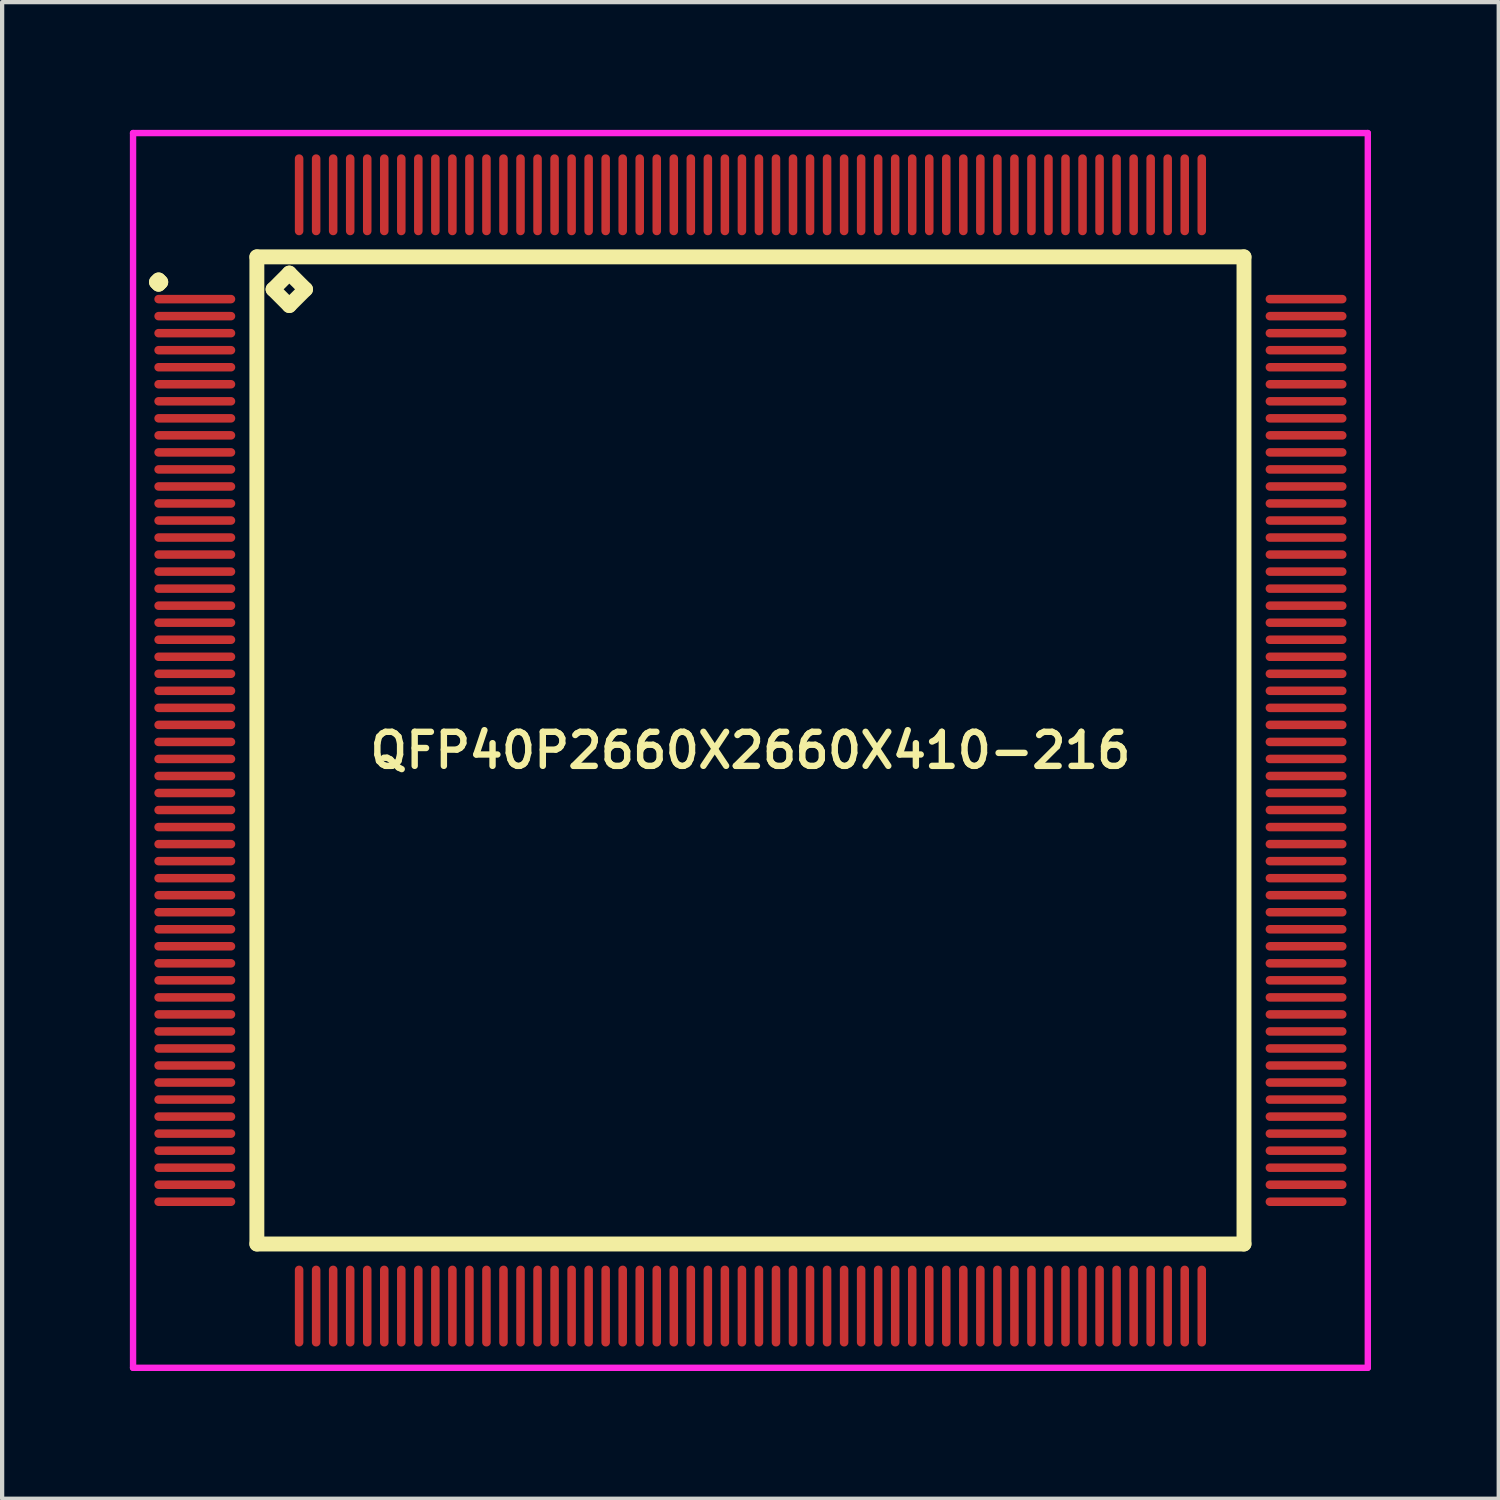
<source format=kicad_pcb>
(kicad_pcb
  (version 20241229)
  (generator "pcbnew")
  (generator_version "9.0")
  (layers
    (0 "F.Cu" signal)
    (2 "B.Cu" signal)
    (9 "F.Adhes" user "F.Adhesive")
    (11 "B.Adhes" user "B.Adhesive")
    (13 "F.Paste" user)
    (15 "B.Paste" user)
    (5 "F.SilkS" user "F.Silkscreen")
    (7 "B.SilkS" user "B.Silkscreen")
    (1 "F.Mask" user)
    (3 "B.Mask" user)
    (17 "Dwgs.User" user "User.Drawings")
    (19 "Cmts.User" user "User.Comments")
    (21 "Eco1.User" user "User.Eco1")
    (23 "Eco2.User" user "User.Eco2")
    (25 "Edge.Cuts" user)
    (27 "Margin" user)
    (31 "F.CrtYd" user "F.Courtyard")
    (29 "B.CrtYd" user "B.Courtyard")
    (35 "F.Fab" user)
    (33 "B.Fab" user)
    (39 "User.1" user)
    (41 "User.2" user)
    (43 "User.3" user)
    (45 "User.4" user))
  (footprint "QFP40P2660X2660X410-216"
    (layer "F.Cu")
    (at 14.575 14.575)
    (property "Reference" "QFP40P2660X2660X410-216" (at 0 0 0) (layer "F.SilkS") (effects (font (size 0.8 0.8) (thickness 0.15))))
    (attr through_hole)
    (fp_line (start -13.95 -11) (end -13.9 -11.05) (stroke (width 0.35) (type solid)) (layer "F.SilkS"))
    (fp_line (start -13.9 -11.05) (end -13.85 -11) (stroke (width 0.35) (type solid)) (layer "F.SilkS"))
    (fp_line (start -13.9 -10.95) (end -13.95 -11) (stroke (width 0.35) (type solid)) (layer "F.SilkS"))
    (fp_line (start -13.85 -11) (end -13.9 -10.95) (stroke (width 0.35) (type solid)) (layer "F.SilkS"))
    (fp_line (start -11.592 -11.592) (end -11.592 11.592) (stroke (width 0.35) (type solid)) (layer "F.SilkS"))
    (fp_line (start -11.592 11.592) (end 11.592 11.592) (stroke (width 0.35) (type solid)) (layer "F.SilkS"))
    (fp_line (start -11.211 -10.83) (end -10.83 -11.211) (stroke (width 0.35) (type solid)) (layer "F.SilkS"))
    (fp_line (start -10.83 -11.211) (end -10.449 -10.83) (stroke (width 0.35) (type solid)) (layer "F.SilkS"))
    (fp_line (start -10.83 -10.449) (end -11.211 -10.83) (stroke (width 0.35) (type solid)) (layer "F.SilkS"))
    (fp_line (start -10.449 -10.83) (end -10.83 -10.449) (stroke (width 0.35) (type solid)) (layer "F.SilkS"))
    (fp_line (start 11.592 -11.592) (end -11.592 -11.592) (stroke (width 0.35) (type solid)) (layer "F.SilkS"))
    (fp_line (start 11.592 11.592) (end 11.592 -11.592) (stroke (width 0.35) (type solid)) (layer "F.SilkS"))
    (fp_line (start -14.5 -14.5) (end 14.5 -14.5) (stroke (width 0.15) (type solid)) (layer "F.CrtYd"))
    (fp_line (start -14.5 14.5) (end -14.5 -14.5) (stroke (width 0.15) (type solid)) (layer "F.CrtYd"))
    (fp_line (start 14.5 -14.5) (end 14.5 14.5) (stroke (width 0.15) (type solid)) (layer "F.CrtYd"))
    (fp_line (start 14.5 14.5) (end -14.5 14.5) (stroke (width 0.15) (type solid)) (layer "F.CrtYd"))
    (pad "1" smd oval (at -13.05 -10.6) (size 1.9 0.2) (layers "F.Cu" "F.Mask" "F.Paste"))
    (pad "2" smd oval (at -13.05 -10.2) (size 1.9 0.2) (layers "F.Cu" "F.Mask" "F.Paste"))
    (pad "3" smd oval (at -13.05 -9.8) (size 1.9 0.2) (layers "F.Cu" "F.Mask" "F.Paste"))
    (pad "4" smd oval (at -13.05 -9.4) (size 1.9 0.2) (layers "F.Cu" "F.Mask" "F.Paste"))
    (pad "5" smd oval (at -13.05 -9) (size 1.9 0.2) (layers "F.Cu" "F.Mask" "F.Paste"))
    (pad "6" smd oval (at -13.05 -8.6) (size 1.9 0.2) (layers "F.Cu" "F.Mask" "F.Paste"))
    (pad "7" smd oval (at -13.05 -8.2) (size 1.9 0.2) (layers "F.Cu" "F.Mask" "F.Paste"))
    (pad "8" smd oval (at -13.05 -7.8) (size 1.9 0.2) (layers "F.Cu" "F.Mask" "F.Paste"))
    (pad "9" smd oval (at -13.05 -7.4) (size 1.9 0.2) (layers "F.Cu" "F.Mask" "F.Paste"))
    (pad "10" smd oval (at -13.05 -7) (size 1.9 0.2) (layers "F.Cu" "F.Mask" "F.Paste"))
    (pad "11" smd oval (at -13.05 -6.6) (size 1.9 0.2) (layers "F.Cu" "F.Mask" "F.Paste"))
    (pad "12" smd oval (at -13.05 -6.2) (size 1.9 0.2) (layers "F.Cu" "F.Mask" "F.Paste"))
    (pad "13" smd oval (at -13.05 -5.8) (size 1.9 0.2) (layers "F.Cu" "F.Mask" "F.Paste"))
    (pad "14" smd oval (at -13.05 -5.4) (size 1.9 0.2) (layers "F.Cu" "F.Mask" "F.Paste"))
    (pad "15" smd oval (at -13.05 -5) (size 1.9 0.2) (layers "F.Cu" "F.Mask" "F.Paste"))
    (pad "16" smd oval (at -13.05 -4.6) (size 1.9 0.2) (layers "F.Cu" "F.Mask" "F.Paste"))
    (pad "17" smd oval (at -13.05 -4.2) (size 1.9 0.2) (layers "F.Cu" "F.Mask" "F.Paste"))
    (pad "18" smd oval (at -13.05 -3.8) (size 1.9 0.2) (layers "F.Cu" "F.Mask" "F.Paste"))
    (pad "19" smd oval (at -13.05 -3.4) (size 1.9 0.2) (layers "F.Cu" "F.Mask" "F.Paste"))
    (pad "20" smd oval (at -13.05 -3) (size 1.9 0.2) (layers "F.Cu" "F.Mask" "F.Paste"))
    (pad "21" smd oval (at -13.05 -2.6) (size 1.9 0.2) (layers "F.Cu" "F.Mask" "F.Paste"))
    (pad "22" smd oval (at -13.05 -2.2) (size 1.9 0.2) (layers "F.Cu" "F.Mask" "F.Paste"))
    (pad "23" smd oval (at -13.05 -1.8) (size 1.9 0.2) (layers "F.Cu" "F.Mask" "F.Paste"))
    (pad "24" smd oval (at -13.05 -1.4) (size 1.9 0.2) (layers "F.Cu" "F.Mask" "F.Paste"))
    (pad "25" smd oval (at -13.05 -1) (size 1.9 0.2) (layers "F.Cu" "F.Mask" "F.Paste"))
    (pad "26" smd oval (at -13.05 -0.6) (size 1.9 0.2) (layers "F.Cu" "F.Mask" "F.Paste"))
    (pad "27" smd oval (at -13.05 -0.2) (size 1.9 0.2) (layers "F.Cu" "F.Mask" "F.Paste"))
    (pad "28" smd oval (at -13.05 0.2) (size 1.9 0.2) (layers "F.Cu" "F.Mask" "F.Paste"))
    (pad "29" smd oval (at -13.05 0.6) (size 1.9 0.2) (layers "F.Cu" "F.Mask" "F.Paste"))
    (pad "30" smd oval (at -13.05 1) (size 1.9 0.2) (layers "F.Cu" "F.Mask" "F.Paste"))
    (pad "31" smd oval (at -13.05 1.4) (size 1.9 0.2) (layers "F.Cu" "F.Mask" "F.Paste"))
    (pad "32" smd oval (at -13.05 1.8) (size 1.9 0.2) (layers "F.Cu" "F.Mask" "F.Paste"))
    (pad "33" smd oval (at -13.05 2.2) (size 1.9 0.2) (layers "F.Cu" "F.Mask" "F.Paste"))
    (pad "34" smd oval (at -13.05 2.6) (size 1.9 0.2) (layers "F.Cu" "F.Mask" "F.Paste"))
    (pad "35" smd oval (at -13.05 3) (size 1.9 0.2) (layers "F.Cu" "F.Mask" "F.Paste"))
    (pad "36" smd oval (at -13.05 3.4) (size 1.9 0.2) (layers "F.Cu" "F.Mask" "F.Paste"))
    (pad "37" smd oval (at -13.05 3.8) (size 1.9 0.2) (layers "F.Cu" "F.Mask" "F.Paste"))
    (pad "38" smd oval (at -13.05 4.2) (size 1.9 0.2) (layers "F.Cu" "F.Mask" "F.Paste"))
    (pad "39" smd oval (at -13.05 4.6) (size 1.9 0.2) (layers "F.Cu" "F.Mask" "F.Paste"))
    (pad "40" smd oval (at -13.05 5) (size 1.9 0.2) (layers "F.Cu" "F.Mask" "F.Paste"))
    (pad "41" smd oval (at -13.05 5.4) (size 1.9 0.2) (layers "F.Cu" "F.Mask" "F.Paste"))
    (pad "42" smd oval (at -13.05 5.8) (size 1.9 0.2) (layers "F.Cu" "F.Mask" "F.Paste"))
    (pad "43" smd oval (at -13.05 6.2) (size 1.9 0.2) (layers "F.Cu" "F.Mask" "F.Paste"))
    (pad "44" smd oval (at -13.05 6.6) (size 1.9 0.2) (layers "F.Cu" "F.Mask" "F.Paste"))
    (pad "45" smd oval (at -13.05 7) (size 1.9 0.2) (layers "F.Cu" "F.Mask" "F.Paste"))
    (pad "46" smd oval (at -13.05 7.4) (size 1.9 0.2) (layers "F.Cu" "F.Mask" "F.Paste"))
    (pad "47" smd oval (at -13.05 7.8) (size 1.9 0.2) (layers "F.Cu" "F.Mask" "F.Paste"))
    (pad "48" smd oval (at -13.05 8.2) (size 1.9 0.2) (layers "F.Cu" "F.Mask" "F.Paste"))
    (pad "49" smd oval (at -13.05 8.6) (size 1.9 0.2) (layers "F.Cu" "F.Mask" "F.Paste"))
    (pad "50" smd oval (at -13.05 9) (size 1.9 0.2) (layers "F.Cu" "F.Mask" "F.Paste"))
    (pad "51" smd oval (at -13.05 9.4) (size 1.9 0.2) (layers "F.Cu" "F.Mask" "F.Paste"))
    (pad "52" smd oval (at -13.05 9.8) (size 1.9 0.2) (layers "F.Cu" "F.Mask" "F.Paste"))
    (pad "53" smd oval (at -13.05 10.2) (size 1.9 0.2) (layers "F.Cu" "F.Mask" "F.Paste"))
    (pad "54" smd oval (at -13.05 10.6) (size 1.9 0.2) (layers "F.Cu" "F.Mask" "F.Paste"))
    (pad "55" smd oval (at -10.6 13.05) (size 0.2 1.9) (layers "F.Cu" "F.Mask" "F.Paste"))
    (pad "56" smd oval (at -10.2 13.05) (size 0.2 1.9) (layers "F.Cu" "F.Mask" "F.Paste"))
    (pad "57" smd oval (at -9.8 13.05) (size 0.2 1.9) (layers "F.Cu" "F.Mask" "F.Paste"))
    (pad "58" smd oval (at -9.4 13.05) (size 0.2 1.9) (layers "F.Cu" "F.Mask" "F.Paste"))
    (pad "59" smd oval (at -9 13.05) (size 0.2 1.9) (layers "F.Cu" "F.Mask" "F.Paste"))
    (pad "60" smd oval (at -8.6 13.05) (size 0.2 1.9) (layers "F.Cu" "F.Mask" "F.Paste"))
    (pad "61" smd oval (at -8.2 13.05) (size 0.2 1.9) (layers "F.Cu" "F.Mask" "F.Paste"))
    (pad "62" smd oval (at -7.8 13.05) (size 0.2 1.9) (layers "F.Cu" "F.Mask" "F.Paste"))
    (pad "63" smd oval (at -7.4 13.05) (size 0.2 1.9) (layers "F.Cu" "F.Mask" "F.Paste"))
    (pad "64" smd oval (at -7 13.05) (size 0.2 1.9) (layers "F.Cu" "F.Mask" "F.Paste"))
    (pad "65" smd oval (at -6.6 13.05) (size 0.2 1.9) (layers "F.Cu" "F.Mask" "F.Paste"))
    (pad "66" smd oval (at -6.2 13.05) (size 0.2 1.9) (layers "F.Cu" "F.Mask" "F.Paste"))
    (pad "67" smd oval (at -5.8 13.05) (size 0.2 1.9) (layers "F.Cu" "F.Mask" "F.Paste"))
    (pad "68" smd oval (at -5.4 13.05) (size 0.2 1.9) (layers "F.Cu" "F.Mask" "F.Paste"))
    (pad "69" smd oval (at -5 13.05) (size 0.2 1.9) (layers "F.Cu" "F.Mask" "F.Paste"))
    (pad "70" smd oval (at -4.6 13.05) (size 0.2 1.9) (layers "F.Cu" "F.Mask" "F.Paste"))
    (pad "71" smd oval (at -4.2 13.05) (size 0.2 1.9) (layers "F.Cu" "F.Mask" "F.Paste"))
    (pad "72" smd oval (at -3.8 13.05) (size 0.2 1.9) (layers "F.Cu" "F.Mask" "F.Paste"))
    (pad "73" smd oval (at -3.4 13.05) (size 0.2 1.9) (layers "F.Cu" "F.Mask" "F.Paste"))
    (pad "74" smd oval (at -3 13.05) (size 0.2 1.9) (layers "F.Cu" "F.Mask" "F.Paste"))
    (pad "75" smd oval (at -2.6 13.05) (size 0.2 1.9) (layers "F.Cu" "F.Mask" "F.Paste"))
    (pad "76" smd oval (at -2.2 13.05) (size 0.2 1.9) (layers "F.Cu" "F.Mask" "F.Paste"))
    (pad "77" smd oval (at -1.8 13.05) (size 0.2 1.9) (layers "F.Cu" "F.Mask" "F.Paste"))
    (pad "78" smd oval (at -1.4 13.05) (size 0.2 1.9) (layers "F.Cu" "F.Mask" "F.Paste"))
    (pad "79" smd oval (at -1 13.05) (size 0.2 1.9) (layers "F.Cu" "F.Mask" "F.Paste"))
    (pad "80" smd oval (at -0.6 13.05) (size 0.2 1.9) (layers "F.Cu" "F.Mask" "F.Paste"))
    (pad "81" smd oval (at -0.2 13.05) (size 0.2 1.9) (layers "F.Cu" "F.Mask" "F.Paste"))
    (pad "82" smd oval (at 0.2 13.05) (size 0.2 1.9) (layers "F.Cu" "F.Mask" "F.Paste"))
    (pad "83" smd oval (at 0.6 13.05) (size 0.2 1.9) (layers "F.Cu" "F.Mask" "F.Paste"))
    (pad "84" smd oval (at 1 13.05) (size 0.2 1.9) (layers "F.Cu" "F.Mask" "F.Paste"))
    (pad "85" smd oval (at 1.4 13.05) (size 0.2 1.9) (layers "F.Cu" "F.Mask" "F.Paste"))
    (pad "86" smd oval (at 1.8 13.05) (size 0.2 1.9) (layers "F.Cu" "F.Mask" "F.Paste"))
    (pad "87" smd oval (at 2.2 13.05) (size 0.2 1.9) (layers "F.Cu" "F.Mask" "F.Paste"))
    (pad "88" smd oval (at 2.6 13.05) (size 0.2 1.9) (layers "F.Cu" "F.Mask" "F.Paste"))
    (pad "89" smd oval (at 3 13.05) (size 0.2 1.9) (layers "F.Cu" "F.Mask" "F.Paste"))
    (pad "90" smd oval (at 3.4 13.05) (size 0.2 1.9) (layers "F.Cu" "F.Mask" "F.Paste"))
    (pad "91" smd oval (at 3.8 13.05) (size 0.2 1.9) (layers "F.Cu" "F.Mask" "F.Paste"))
    (pad "92" smd oval (at 4.2 13.05) (size 0.2 1.9) (layers "F.Cu" "F.Mask" "F.Paste"))
    (pad "93" smd oval (at 4.6 13.05) (size 0.2 1.9) (layers "F.Cu" "F.Mask" "F.Paste"))
    (pad "94" smd oval (at 5 13.05) (size 0.2 1.9) (layers "F.Cu" "F.Mask" "F.Paste"))
    (pad "95" smd oval (at 5.4 13.05) (size 0.2 1.9) (layers "F.Cu" "F.Mask" "F.Paste"))
    (pad "96" smd oval (at 5.8 13.05) (size 0.2 1.9) (layers "F.Cu" "F.Mask" "F.Paste"))
    (pad "97" smd oval (at 6.2 13.05) (size 0.2 1.9) (layers "F.Cu" "F.Mask" "F.Paste"))
    (pad "98" smd oval (at 6.6 13.05) (size 0.2 1.9) (layers "F.Cu" "F.Mask" "F.Paste"))
    (pad "99" smd oval (at 7 13.05) (size 0.2 1.9) (layers "F.Cu" "F.Mask" "F.Paste"))
    (pad "100" smd oval (at 7.4 13.05) (size 0.2 1.9) (layers "F.Cu" "F.Mask" "F.Paste"))
    (pad "101" smd oval (at 7.8 13.05) (size 0.2 1.9) (layers "F.Cu" "F.Mask" "F.Paste"))
    (pad "102" smd oval (at 8.2 13.05) (size 0.2 1.9) (layers "F.Cu" "F.Mask" "F.Paste"))
    (pad "103" smd oval (at 8.6 13.05) (size 0.2 1.9) (layers "F.Cu" "F.Mask" "F.Paste"))
    (pad "104" smd oval (at 9 13.05) (size 0.2 1.9) (layers "F.Cu" "F.Mask" "F.Paste"))
    (pad "105" smd oval (at 9.4 13.05) (size 0.2 1.9) (layers "F.Cu" "F.Mask" "F.Paste"))
    (pad "106" smd oval (at 9.8 13.05) (size 0.2 1.9) (layers "F.Cu" "F.Mask" "F.Paste"))
    (pad "107" smd oval (at 10.2 13.05) (size 0.2 1.9) (layers "F.Cu" "F.Mask" "F.Paste"))
    (pad "108" smd oval (at 10.6 13.05) (size 0.2 1.9) (layers "F.Cu" "F.Mask" "F.Paste"))
    (pad "109" smd oval (at 13.05 10.6) (size 1.9 0.2) (layers "F.Cu" "F.Mask" "F.Paste"))
    (pad "110" smd oval (at 13.05 10.2) (size 1.9 0.2) (layers "F.Cu" "F.Mask" "F.Paste"))
    (pad "111" smd oval (at 13.05 9.8) (size 1.9 0.2) (layers "F.Cu" "F.Mask" "F.Paste"))
    (pad "112" smd oval (at 13.05 9.4) (size 1.9 0.2) (layers "F.Cu" "F.Mask" "F.Paste"))
    (pad "113" smd oval (at 13.05 9) (size 1.9 0.2) (layers "F.Cu" "F.Mask" "F.Paste"))
    (pad "114" smd oval (at 13.05 8.6) (size 1.9 0.2) (layers "F.Cu" "F.Mask" "F.Paste"))
    (pad "115" smd oval (at 13.05 8.2) (size 1.9 0.2) (layers "F.Cu" "F.Mask" "F.Paste"))
    (pad "116" smd oval (at 13.05 7.8) (size 1.9 0.2) (layers "F.Cu" "F.Mask" "F.Paste"))
    (pad "117" smd oval (at 13.05 7.4) (size 1.9 0.2) (layers "F.Cu" "F.Mask" "F.Paste"))
    (pad "118" smd oval (at 13.05 7) (size 1.9 0.2) (layers "F.Cu" "F.Mask" "F.Paste"))
    (pad "119" smd oval (at 13.05 6.6) (size 1.9 0.2) (layers "F.Cu" "F.Mask" "F.Paste"))
    (pad "120" smd oval (at 13.05 6.2) (size 1.9 0.2) (layers "F.Cu" "F.Mask" "F.Paste"))
    (pad "121" smd oval (at 13.05 5.8) (size 1.9 0.2) (layers "F.Cu" "F.Mask" "F.Paste"))
    (pad "122" smd oval (at 13.05 5.4) (size 1.9 0.2) (layers "F.Cu" "F.Mask" "F.Paste"))
    (pad "123" smd oval (at 13.05 5) (size 1.9 0.2) (layers "F.Cu" "F.Mask" "F.Paste"))
    (pad "124" smd oval (at 13.05 4.6) (size 1.9 0.2) (layers "F.Cu" "F.Mask" "F.Paste"))
    (pad "125" smd oval (at 13.05 4.2) (size 1.9 0.2) (layers "F.Cu" "F.Mask" "F.Paste"))
    (pad "126" smd oval (at 13.05 3.8) (size 1.9 0.2) (layers "F.Cu" "F.Mask" "F.Paste"))
    (pad "127" smd oval (at 13.05 3.4) (size 1.9 0.2) (layers "F.Cu" "F.Mask" "F.Paste"))
    (pad "128" smd oval (at 13.05 3) (size 1.9 0.2) (layers "F.Cu" "F.Mask" "F.Paste"))
    (pad "129" smd oval (at 13.05 2.6) (size 1.9 0.2) (layers "F.Cu" "F.Mask" "F.Paste"))
    (pad "130" smd oval (at 13.05 2.2) (size 1.9 0.2) (layers "F.Cu" "F.Mask" "F.Paste"))
    (pad "131" smd oval (at 13.05 1.8) (size 1.9 0.2) (layers "F.Cu" "F.Mask" "F.Paste"))
    (pad "132" smd oval (at 13.05 1.4) (size 1.9 0.2) (layers "F.Cu" "F.Mask" "F.Paste"))
    (pad "133" smd oval (at 13.05 1) (size 1.9 0.2) (layers "F.Cu" "F.Mask" "F.Paste"))
    (pad "134" smd oval (at 13.05 0.6) (size 1.9 0.2) (layers "F.Cu" "F.Mask" "F.Paste"))
    (pad "135" smd oval (at 13.05 0.2) (size 1.9 0.2) (layers "F.Cu" "F.Mask" "F.Paste"))
    (pad "136" smd oval (at 13.05 -0.2) (size 1.9 0.2) (layers "F.Cu" "F.Mask" "F.Paste"))
    (pad "137" smd oval (at 13.05 -0.6) (size 1.9 0.2) (layers "F.Cu" "F.Mask" "F.Paste"))
    (pad "138" smd oval (at 13.05 -1) (size 1.9 0.2) (layers "F.Cu" "F.Mask" "F.Paste"))
    (pad "139" smd oval (at 13.05 -1.4) (size 1.9 0.2) (layers "F.Cu" "F.Mask" "F.Paste"))
    (pad "140" smd oval (at 13.05 -1.8) (size 1.9 0.2) (layers "F.Cu" "F.Mask" "F.Paste"))
    (pad "141" smd oval (at 13.05 -2.2) (size 1.9 0.2) (layers "F.Cu" "F.Mask" "F.Paste"))
    (pad "142" smd oval (at 13.05 -2.6) (size 1.9 0.2) (layers "F.Cu" "F.Mask" "F.Paste"))
    (pad "143" smd oval (at 13.05 -3) (size 1.9 0.2) (layers "F.Cu" "F.Mask" "F.Paste"))
    (pad "144" smd oval (at 13.05 -3.4) (size 1.9 0.2) (layers "F.Cu" "F.Mask" "F.Paste"))
    (pad "145" smd oval (at 13.05 -3.8) (size 1.9 0.2) (layers "F.Cu" "F.Mask" "F.Paste"))
    (pad "146" smd oval (at 13.05 -4.2) (size 1.9 0.2) (layers "F.Cu" "F.Mask" "F.Paste"))
    (pad "147" smd oval (at 13.05 -4.6) (size 1.9 0.2) (layers "F.Cu" "F.Mask" "F.Paste"))
    (pad "148" smd oval (at 13.05 -5) (size 1.9 0.2) (layers "F.Cu" "F.Mask" "F.Paste"))
    (pad "149" smd oval (at 13.05 -5.4) (size 1.9 0.2) (layers "F.Cu" "F.Mask" "F.Paste"))
    (pad "150" smd oval (at 13.05 -5.8) (size 1.9 0.2) (layers "F.Cu" "F.Mask" "F.Paste"))
    (pad "151" smd oval (at 13.05 -6.2) (size 1.9 0.2) (layers "F.Cu" "F.Mask" "F.Paste"))
    (pad "152" smd oval (at 13.05 -6.6) (size 1.9 0.2) (layers "F.Cu" "F.Mask" "F.Paste"))
    (pad "153" smd oval (at 13.05 -7) (size 1.9 0.2) (layers "F.Cu" "F.Mask" "F.Paste"))
    (pad "154" smd oval (at 13.05 -7.4) (size 1.9 0.2) (layers "F.Cu" "F.Mask" "F.Paste"))
    (pad "155" smd oval (at 13.05 -7.8) (size 1.9 0.2) (layers "F.Cu" "F.Mask" "F.Paste"))
    (pad "156" smd oval (at 13.05 -8.2) (size 1.9 0.2) (layers "F.Cu" "F.Mask" "F.Paste"))
    (pad "157" smd oval (at 13.05 -8.6) (size 1.9 0.2) (layers "F.Cu" "F.Mask" "F.Paste"))
    (pad "158" smd oval (at 13.05 -9) (size 1.9 0.2) (layers "F.Cu" "F.Mask" "F.Paste"))
    (pad "159" smd oval (at 13.05 -9.4) (size 1.9 0.2) (layers "F.Cu" "F.Mask" "F.Paste"))
    (pad "160" smd oval (at 13.05 -9.8) (size 1.9 0.2) (layers "F.Cu" "F.Mask" "F.Paste"))
    (pad "161" smd oval (at 13.05 -10.2) (size 1.9 0.2) (layers "F.Cu" "F.Mask" "F.Paste"))
    (pad "162" smd oval (at 13.05 -10.6) (size 1.9 0.2) (layers "F.Cu" "F.Mask" "F.Paste"))
    (pad "163" smd oval (at 10.6 -13.05) (size 0.2 1.9) (layers "F.Cu" "F.Mask" "F.Paste"))
    (pad "164" smd oval (at 10.2 -13.05) (size 0.2 1.9) (layers "F.Cu" "F.Mask" "F.Paste"))
    (pad "165" smd oval (at 9.8 -13.05) (size 0.2 1.9) (layers "F.Cu" "F.Mask" "F.Paste"))
    (pad "166" smd oval (at 9.4 -13.05) (size 0.2 1.9) (layers "F.Cu" "F.Mask" "F.Paste"))
    (pad "167" smd oval (at 9 -13.05) (size 0.2 1.9) (layers "F.Cu" "F.Mask" "F.Paste"))
    (pad "168" smd oval (at 8.6 -13.05) (size 0.2 1.9) (layers "F.Cu" "F.Mask" "F.Paste"))
    (pad "169" smd oval (at 8.2 -13.05) (size 0.2 1.9) (layers "F.Cu" "F.Mask" "F.Paste"))
    (pad "170" smd oval (at 7.8 -13.05) (size 0.2 1.9) (layers "F.Cu" "F.Mask" "F.Paste"))
    (pad "171" smd oval (at 7.4 -13.05) (size 0.2 1.9) (layers "F.Cu" "F.Mask" "F.Paste"))
    (pad "172" smd oval (at 7 -13.05) (size 0.2 1.9) (layers "F.Cu" "F.Mask" "F.Paste"))
    (pad "173" smd oval (at 6.6 -13.05) (size 0.2 1.9) (layers "F.Cu" "F.Mask" "F.Paste"))
    (pad "174" smd oval (at 6.2 -13.05) (size 0.2 1.9) (layers "F.Cu" "F.Mask" "F.Paste"))
    (pad "175" smd oval (at 5.8 -13.05) (size 0.2 1.9) (layers "F.Cu" "F.Mask" "F.Paste"))
    (pad "176" smd oval (at 5.4 -13.05) (size 0.2 1.9) (layers "F.Cu" "F.Mask" "F.Paste"))
    (pad "177" smd oval (at 5 -13.05) (size 0.2 1.9) (layers "F.Cu" "F.Mask" "F.Paste"))
    (pad "178" smd oval (at 4.6 -13.05) (size 0.2 1.9) (layers "F.Cu" "F.Mask" "F.Paste"))
    (pad "179" smd oval (at 4.2 -13.05) (size 0.2 1.9) (layers "F.Cu" "F.Mask" "F.Paste"))
    (pad "180" smd oval (at 3.8 -13.05) (size 0.2 1.9) (layers "F.Cu" "F.Mask" "F.Paste"))
    (pad "181" smd oval (at 3.4 -13.05) (size 0.2 1.9) (layers "F.Cu" "F.Mask" "F.Paste"))
    (pad "182" smd oval (at 3 -13.05) (size 0.2 1.9) (layers "F.Cu" "F.Mask" "F.Paste"))
    (pad "183" smd oval (at 2.6 -13.05) (size 0.2 1.9) (layers "F.Cu" "F.Mask" "F.Paste"))
    (pad "184" smd oval (at 2.2 -13.05) (size 0.2 1.9) (layers "F.Cu" "F.Mask" "F.Paste"))
    (pad "185" smd oval (at 1.8 -13.05) (size 0.2 1.9) (layers "F.Cu" "F.Mask" "F.Paste"))
    (pad "186" smd oval (at 1.4 -13.05) (size 0.2 1.9) (layers "F.Cu" "F.Mask" "F.Paste"))
    (pad "187" smd oval (at 1 -13.05) (size 0.2 1.9) (layers "F.Cu" "F.Mask" "F.Paste"))
    (pad "188" smd oval (at 0.6 -13.05) (size 0.2 1.9) (layers "F.Cu" "F.Mask" "F.Paste"))
    (pad "189" smd oval (at 0.2 -13.05) (size 0.2 1.9) (layers "F.Cu" "F.Mask" "F.Paste"))
    (pad "190" smd oval (at -0.2 -13.05) (size 0.2 1.9) (layers "F.Cu" "F.Mask" "F.Paste"))
    (pad "191" smd oval (at -0.6 -13.05) (size 0.2 1.9) (layers "F.Cu" "F.Mask" "F.Paste"))
    (pad "192" smd oval (at -1 -13.05) (size 0.2 1.9) (layers "F.Cu" "F.Mask" "F.Paste"))
    (pad "193" smd oval (at -1.4 -13.05) (size 0.2 1.9) (layers "F.Cu" "F.Mask" "F.Paste"))
    (pad "194" smd oval (at -1.8 -13.05) (size 0.2 1.9) (layers "F.Cu" "F.Mask" "F.Paste"))
    (pad "195" smd oval (at -2.2 -13.05) (size 0.2 1.9) (layers "F.Cu" "F.Mask" "F.Paste"))
    (pad "196" smd oval (at -2.6 -13.05) (size 0.2 1.9) (layers "F.Cu" "F.Mask" "F.Paste"))
    (pad "197" smd oval (at -3 -13.05) (size 0.2 1.9) (layers "F.Cu" "F.Mask" "F.Paste"))
    (pad "198" smd oval (at -3.4 -13.05) (size 0.2 1.9) (layers "F.Cu" "F.Mask" "F.Paste"))
    (pad "199" smd oval (at -3.8 -13.05) (size 0.2 1.9) (layers "F.Cu" "F.Mask" "F.Paste"))
    (pad "200" smd oval (at -4.2 -13.05) (size 0.2 1.9) (layers "F.Cu" "F.Mask" "F.Paste"))
    (pad "201" smd oval (at -4.6 -13.05) (size 0.2 1.9) (layers "F.Cu" "F.Mask" "F.Paste"))
    (pad "202" smd oval (at -5 -13.05) (size 0.2 1.9) (layers "F.Cu" "F.Mask" "F.Paste"))
    (pad "203" smd oval (at -5.4 -13.05) (size 0.2 1.9) (layers "F.Cu" "F.Mask" "F.Paste"))
    (pad "204" smd oval (at -5.8 -13.05) (size 0.2 1.9) (layers "F.Cu" "F.Mask" "F.Paste"))
    (pad "205" smd oval (at -6.2 -13.05) (size 0.2 1.9) (layers "F.Cu" "F.Mask" "F.Paste"))
    (pad "206" smd oval (at -6.6 -13.05) (size 0.2 1.9) (layers "F.Cu" "F.Mask" "F.Paste"))
    (pad "207" smd oval (at -7 -13.05) (size 0.2 1.9) (layers "F.Cu" "F.Mask" "F.Paste"))
    (pad "208" smd oval (at -7.4 -13.05) (size 0.2 1.9) (layers "F.Cu" "F.Mask" "F.Paste"))
    (pad "209" smd oval (at -7.8 -13.05) (size 0.2 1.9) (layers "F.Cu" "F.Mask" "F.Paste"))
    (pad "210" smd oval (at -8.2 -13.05) (size 0.2 1.9) (layers "F.Cu" "F.Mask" "F.Paste"))
    (pad "211" smd oval (at -8.6 -13.05) (size 0.2 1.9) (layers "F.Cu" "F.Mask" "F.Paste"))
    (pad "212" smd oval (at -9 -13.05) (size 0.2 1.9) (layers "F.Cu" "F.Mask" "F.Paste"))
    (pad "213" smd oval (at -9.4 -13.05) (size 0.2 1.9) (layers "F.Cu" "F.Mask" "F.Paste"))
    (pad "214" smd oval (at -9.8 -13.05) (size 0.2 1.9) (layers "F.Cu" "F.Mask" "F.Paste"))
    (pad "215" smd oval (at -10.2 -13.05) (size 0.2 1.9) (layers "F.Cu" "F.Mask" "F.Paste"))
    (pad "216" smd oval (at -10.6 -13.05) (size 0.2 1.9) (layers "F.Cu" "F.Mask" "F.Paste")))
  (gr_rect
    (start -3 -3)
    (end 32.15 32.15)
    (stroke (width 0.1) (type default))
    (fill no)
    (layer "Edge.Cuts")))
</source>
